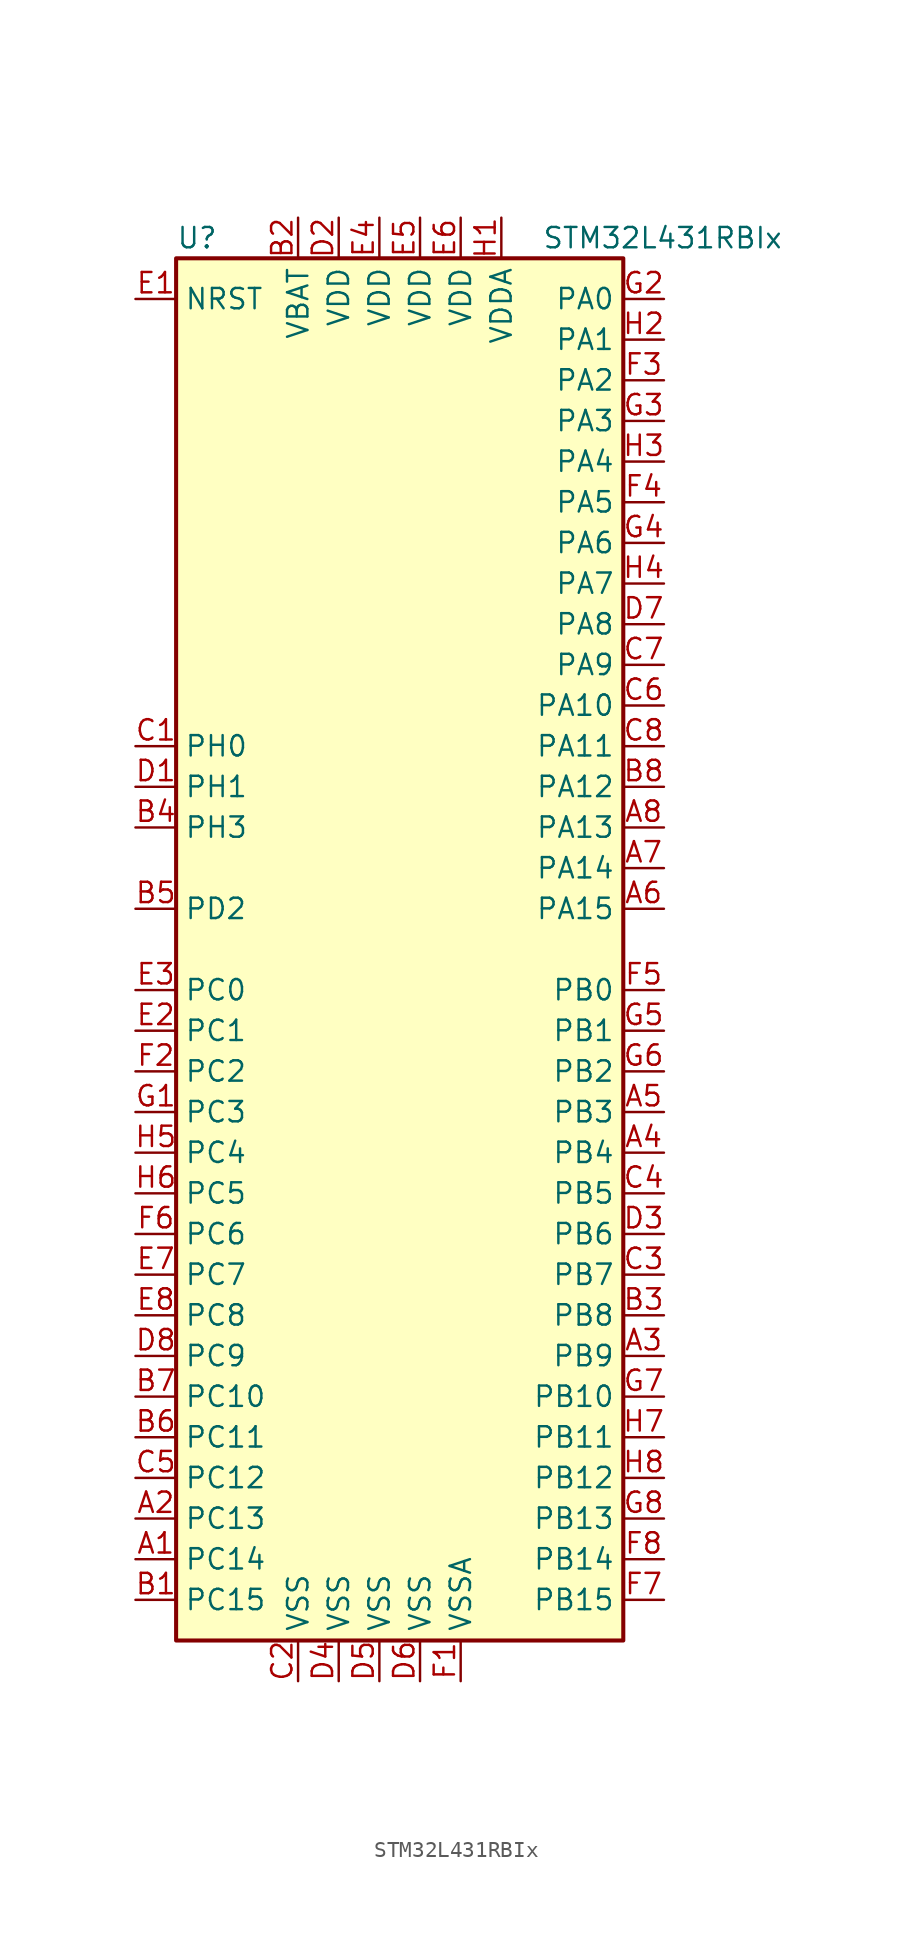
<source format=kicad_sym>
(kicad_symbol_lib
  (version 20211014)
  (generator kicad_symbol_editor)
  (symbol "STM32L431RBIx"
    (property "Reference" "U"
      (at -15.24 44.45 0)
      (effects (font (size 1.27 1.27)) (justify left)))
    (property "Value" "STM32L431RBIx"
      (at 7.62 44.45 0)
      (effects (font (size 1.27 1.27)) (justify left)))
    (symbol "STM32L431RBIx_0_1"
      (rectangle (start -15.24 -43.18) (end 12.7 43.18) (stroke (width 0.254) (type default) (color 0 0 0 0)) (fill (type background))))
    (symbol "STM32L431RBIx_1_1"
      (pin bidirectional line (at -17.78 -38.1 0) (length 2.54) (name "PC14" (effects (font (size 1.27 1.27)))) (number "A1" (effects (font (size 1.27 1.27)))))
      (pin bidirectional line (at -17.78 -35.56 0) (length 2.54) (name "PC13" (effects (font (size 1.27 1.27)))) (number "A2" (effects (font (size 1.27 1.27)))))
      (pin bidirectional line (at 15.24 -25.4 180) (length 2.54) (name "PB9" (effects (font (size 1.27 1.27)))) (number "A3" (effects (font (size 1.27 1.27)))))
      (pin bidirectional line (at 15.24 -12.7 180) (length 2.54) (name "PB4" (effects (font (size 1.27 1.27)))) (number "A4" (effects (font (size 1.27 1.27)))))
      (pin bidirectional line (at 15.24 -10.16 180) (length 2.54) (name "PB3" (effects (font (size 1.27 1.27)))) (number "A5" (effects (font (size 1.27 1.27)))))
      (pin bidirectional line (at 15.24 2.54 180) (length 2.54) (name "PA15" (effects (font (size 1.27 1.27)))) (number "A6" (effects (font (size 1.27 1.27)))))
      (pin bidirectional line (at 15.24 5.08 180) (length 2.54) (name "PA14" (effects (font (size 1.27 1.27)))) (number "A7" (effects (font (size 1.27 1.27)))))
      (pin bidirectional line (at 15.24 7.62 180) (length 2.54) (name "PA13" (effects (font (size 1.27 1.27)))) (number "A8" (effects (font (size 1.27 1.27)))))
      (pin bidirectional line (at -17.78 -40.64 0) (length 2.54) (name "PC15" (effects (font (size 1.27 1.27)))) (number "B1" (effects (font (size 1.27 1.27)))))
      (pin power_in line (at -7.62 45.72 270) (length 2.54) (name "VBAT" (effects (font (size 1.27 1.27)))) (number "B2" (effects (font (size 1.27 1.27)))))
      (pin bidirectional line (at 15.24 -22.86 180) (length 2.54) (name "PB8" (effects (font (size 1.27 1.27)))) (number "B3" (effects (font (size 1.27 1.27)))))
      (pin bidirectional line (at -17.78 7.62 0) (length 2.54) (name "PH3" (effects (font (size 1.27 1.27)))) (number "B4" (effects (font (size 1.27 1.27)))))
      (pin bidirectional line (at -17.78 2.54 0) (length 2.54) (name "PD2" (effects (font (size 1.27 1.27)))) (number "B5" (effects (font (size 1.27 1.27)))))
      (pin bidirectional line (at -17.78 -30.48 0) (length 2.54) (name "PC11" (effects (font (size 1.27 1.27)))) (number "B6" (effects (font (size 1.27 1.27)))))
      (pin bidirectional line (at -17.78 -27.94 0) (length 2.54) (name "PC10" (effects (font (size 1.27 1.27)))) (number "B7" (effects (font (size 1.27 1.27)))))
      (pin bidirectional line (at 15.24 10.16 180) (length 2.54) (name "PA12" (effects (font (size 1.27 1.27)))) (number "B8" (effects (font (size 1.27 1.27)))))
      (pin input line (at -17.78 12.7 0) (length 2.54) (name "PH0" (effects (font (size 1.27 1.27)))) (number "C1" (effects (font (size 1.27 1.27)))))
      (pin power_in line (at -7.62 -45.72 90) (length 2.54) (name "VSS" (effects (font (size 1.27 1.27)))) (number "C2" (effects (font (size 1.27 1.27)))))
      (pin bidirectional line (at 15.24 -20.32 180) (length 2.54) (name "PB7" (effects (font (size 1.27 1.27)))) (number "C3" (effects (font (size 1.27 1.27)))))
      (pin bidirectional line (at 15.24 -15.24 180) (length 2.54) (name "PB5" (effects (font (size 1.27 1.27)))) (number "C4" (effects (font (size 1.27 1.27)))))
      (pin bidirectional line (at -17.78 -33.02 0) (length 2.54) (name "PC12" (effects (font (size 1.27 1.27)))) (number "C5" (effects (font (size 1.27 1.27)))))
      (pin bidirectional line (at 15.24 15.24 180) (length 2.54) (name "PA10" (effects (font (size 1.27 1.27)))) (number "C6" (effects (font (size 1.27 1.27)))))
      (pin bidirectional line (at 15.24 17.78 180) (length 2.54) (name "PA9" (effects (font (size 1.27 1.27)))) (number "C7" (effects (font (size 1.27 1.27)))))
      (pin bidirectional line (at 15.24 12.7 180) (length 2.54) (name "PA11" (effects (font (size 1.27 1.27)))) (number "C8" (effects (font (size 1.27 1.27)))))
      (pin input line (at -17.78 10.16 0) (length 2.54) (name "PH1" (effects (font (size 1.27 1.27)))) (number "D1" (effects (font (size 1.27 1.27)))))
      (pin power_in line (at -5.08 45.72 270) (length 2.54) (name "VDD" (effects (font (size 1.27 1.27)))) (number "D2" (effects (font (size 1.27 1.27)))))
      (pin bidirectional line (at 15.24 -17.78 180) (length 2.54) (name "PB6" (effects (font (size 1.27 1.27)))) (number "D3" (effects (font (size 1.27 1.27)))))
      (pin power_in line (at -5.08 -45.72 90) (length 2.54) (name "VSS" (effects (font (size 1.27 1.27)))) (number "D4" (effects (font (size 1.27 1.27)))))
      (pin power_in line (at -2.54 -45.72 90) (length 2.54) (name "VSS" (effects (font (size 1.27 1.27)))) (number "D5" (effects (font (size 1.27 1.27)))))
      (pin power_in line (at 0 -45.72 90) (length 2.54) (name "VSS" (effects (font (size 1.27 1.27)))) (number "D6" (effects (font (size 1.27 1.27)))))
      (pin bidirectional line (at 15.24 20.32 180) (length 2.54) (name "PA8" (effects (font (size 1.27 1.27)))) (number "D7" (effects (font (size 1.27 1.27)))))
      (pin bidirectional line (at -17.78 -25.4 0) (length 2.54) (name "PC9" (effects (font (size 1.27 1.27)))) (number "D8" (effects (font (size 1.27 1.27)))))
      (pin input line (at -17.78 40.64 0) (length 2.54) (name "NRST" (effects (font (size 1.27 1.27)))) (number "E1" (effects (font (size 1.27 1.27)))))
      (pin bidirectional line (at -17.78 -5.08 0) (length 2.54) (name "PC1" (effects (font (size 1.27 1.27)))) (number "E2" (effects (font (size 1.27 1.27)))))
      (pin bidirectional line (at -17.78 -2.54 0) (length 2.54) (name "PC0" (effects (font (size 1.27 1.27)))) (number "E3" (effects (font (size 1.27 1.27)))))
      (pin power_in line (at -2.54 45.72 270) (length 2.54) (name "VDD" (effects (font (size 1.27 1.27)))) (number "E4" (effects (font (size 1.27 1.27)))))
      (pin power_in line (at 0 45.72 270) (length 2.54) (name "VDD" (effects (font (size 1.27 1.27)))) (number "E5" (effects (font (size 1.27 1.27)))))
      (pin power_in line (at 2.54 45.72 270) (length 2.54) (name "VDD" (effects (font (size 1.27 1.27)))) (number "E6" (effects (font (size 1.27 1.27)))))
      (pin bidirectional line (at -17.78 -20.32 0) (length 2.54) (name "PC7" (effects (font (size 1.27 1.27)))) (number "E7" (effects (font (size 1.27 1.27)))))
      (pin bidirectional line (at -17.78 -22.86 0) (length 2.54) (name "PC8" (effects (font (size 1.27 1.27)))) (number "E8" (effects (font (size 1.27 1.27)))))
      (pin power_in line (at 2.54 -45.72 90) (length 2.54) (name "VSSA" (effects (font (size 1.27 1.27)))) (number "F1" (effects (font (size 1.27 1.27)))))
      (pin bidirectional line (at -17.78 -7.62 0) (length 2.54) (name "PC2" (effects (font (size 1.27 1.27)))) (number "F2" (effects (font (size 1.27 1.27)))))
      (pin bidirectional line (at 15.24 35.56 180) (length 2.54) (name "PA2" (effects (font (size 1.27 1.27)))) (number "F3" (effects (font (size 1.27 1.27)))))
      (pin bidirectional line (at 15.24 27.94 180) (length 2.54) (name "PA5" (effects (font (size 1.27 1.27)))) (number "F4" (effects (font (size 1.27 1.27)))))
      (pin bidirectional line (at 15.24 -2.54 180) (length 2.54) (name "PB0" (effects (font (size 1.27 1.27)))) (number "F5" (effects (font (size 1.27 1.27)))))
      (pin bidirectional line (at -17.78 -17.78 0) (length 2.54) (name "PC6" (effects (font (size 1.27 1.27)))) (number "F6" (effects (font (size 1.27 1.27)))))
      (pin bidirectional line (at 15.24 -40.64 180) (length 2.54) (name "PB15" (effects (font (size 1.27 1.27)))) (number "F7" (effects (font (size 1.27 1.27)))))
      (pin bidirectional line (at 15.24 -38.1 180) (length 2.54) (name "PB14" (effects (font (size 1.27 1.27)))) (number "F8" (effects (font (size 1.27 1.27)))))
      (pin bidirectional line (at -17.78 -10.16 0) (length 2.54) (name "PC3" (effects (font (size 1.27 1.27)))) (number "G1" (effects (font (size 1.27 1.27)))))
      (pin bidirectional line (at 15.24 40.64 180) (length 2.54) (name "PA0" (effects (font (size 1.27 1.27)))) (number "G2" (effects (font (size 1.27 1.27)))))
      (pin bidirectional line (at 15.24 33.02 180) (length 2.54) (name "PA3" (effects (font (size 1.27 1.27)))) (number "G3" (effects (font (size 1.27 1.27)))))
      (pin bidirectional line (at 15.24 25.4 180) (length 2.54) (name "PA6" (effects (font (size 1.27 1.27)))) (number "G4" (effects (font (size 1.27 1.27)))))
      (pin bidirectional line (at 15.24 -5.08 180) (length 2.54) (name "PB1" (effects (font (size 1.27 1.27)))) (number "G5" (effects (font (size 1.27 1.27)))))
      (pin bidirectional line (at 15.24 -7.62 180) (length 2.54) (name "PB2" (effects (font (size 1.27 1.27)))) (number "G6" (effects (font (size 1.27 1.27)))))
      (pin bidirectional line (at 15.24 -27.94 180) (length 2.54) (name "PB10" (effects (font (size 1.27 1.27)))) (number "G7" (effects (font (size 1.27 1.27)))))
      (pin bidirectional line (at 15.24 -35.56 180) (length 2.54) (name "PB13" (effects (font (size 1.27 1.27)))) (number "G8" (effects (font (size 1.27 1.27)))))
      (pin power_in line (at 5.08 45.72 270) (length 2.54) (name "VDDA" (effects (font (size 1.27 1.27)))) (number "H1" (effects (font (size 1.27 1.27)))))
      (pin bidirectional line (at 15.24 38.1 180) (length 2.54) (name "PA1" (effects (font (size 1.27 1.27)))) (number "H2" (effects (font (size 1.27 1.27)))))
      (pin bidirectional line (at 15.24 30.48 180) (length 2.54) (name "PA4" (effects (font (size 1.27 1.27)))) (number "H3" (effects (font (size 1.27 1.27)))))
      (pin bidirectional line (at 15.24 22.86 180) (length 2.54) (name "PA7" (effects (font (size 1.27 1.27)))) (number "H4" (effects (font (size 1.27 1.27)))))
      (pin bidirectional line (at -17.78 -12.7 0) (length 2.54) (name "PC4" (effects (font (size 1.27 1.27)))) (number "H5" (effects (font (size 1.27 1.27)))))
      (pin bidirectional line (at -17.78 -15.24 0) (length 2.54) (name "PC5" (effects (font (size 1.27 1.27)))) (number "H6" (effects (font (size 1.27 1.27)))))
      (pin bidirectional line (at 15.24 -30.48 180) (length 2.54) (name "PB11" (effects (font (size 1.27 1.27)))) (number "H7" (effects (font (size 1.27 1.27)))))
      (pin bidirectional line (at 15.24 -33.02 180) (length 2.54) (name "PB12" (effects (font (size 1.27 1.27)))) (number "H8" (effects (font (size 1.27 1.27))))))))
</source>
